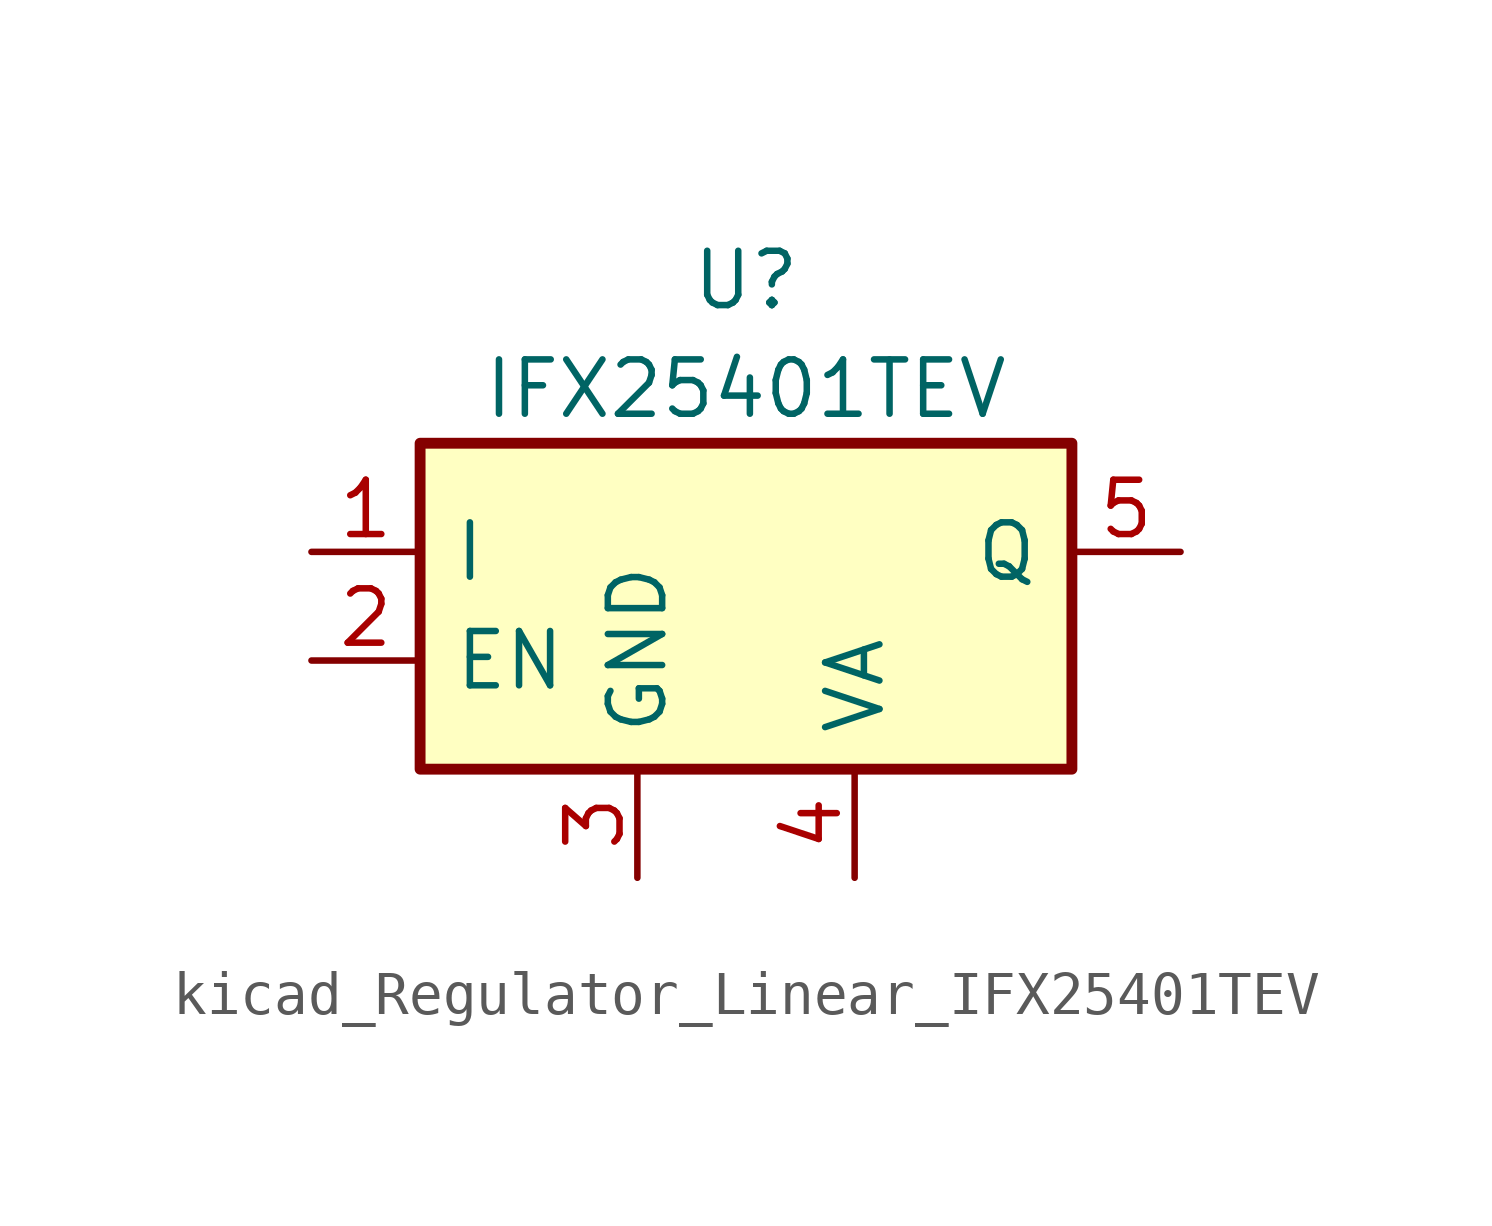
<source format=kicad_sym>
(kicad_symbol_lib
  (version 20220914)
  (generator kicad_symbol_editor)
  (symbol "kicad_Regulator_Linear_IFX25401TEV"
    (pin_names
      (offset 0.762))
    (property "Reference" "U"
      (at 0 6.35 0)
      (effects (font (size 1.27 1.27))))
    (property "Value" "IFX25401TEV"
      (at 0 3.81 0)
      (effects (font (size 1.27 1.27))))
    (symbol "kicad_Regulator_Linear_IFX25401TEV_0_1"
      (rectangle (start -7.62 2.54) (end 7.62 -5.08) (stroke (width 0.254) (type default)) (fill (type background))))
    (symbol "kicad_Regulator_Linear_IFX25401TEV_1_1"
      (pin power_in line (at -10.16 0 0) (length 2.54) (name "I" (effects (font (size 1.27 1.27)))) (number "1" (effects (font (size 1.27 1.27)))))
      (pin input line (at -10.16 -2.54 0) (length 2.54) (name "EN" (effects (font (size 1.27 1.27)))) (number "2" (effects (font (size 1.27 1.27)))))
      (pin power_in line (at -2.54 -7.62 90) (length 2.54) (name "GND" (effects (font (size 1.27 1.27)))) (number "3" (effects (font (size 1.27 1.27)))))
      (pin input line (at 2.54 -7.62 90) (length 2.54) (name "VA" (effects (font (size 1.27 1.27)))) (number "4" (effects (font (size 1.27 1.27)))))
      (pin power_out line (at 10.16 0 180) (length 2.54) (name "Q" (effects (font (size 1.27 1.27)))) (number "5" (effects (font (size 1.27 1.27))))))))
</source>
